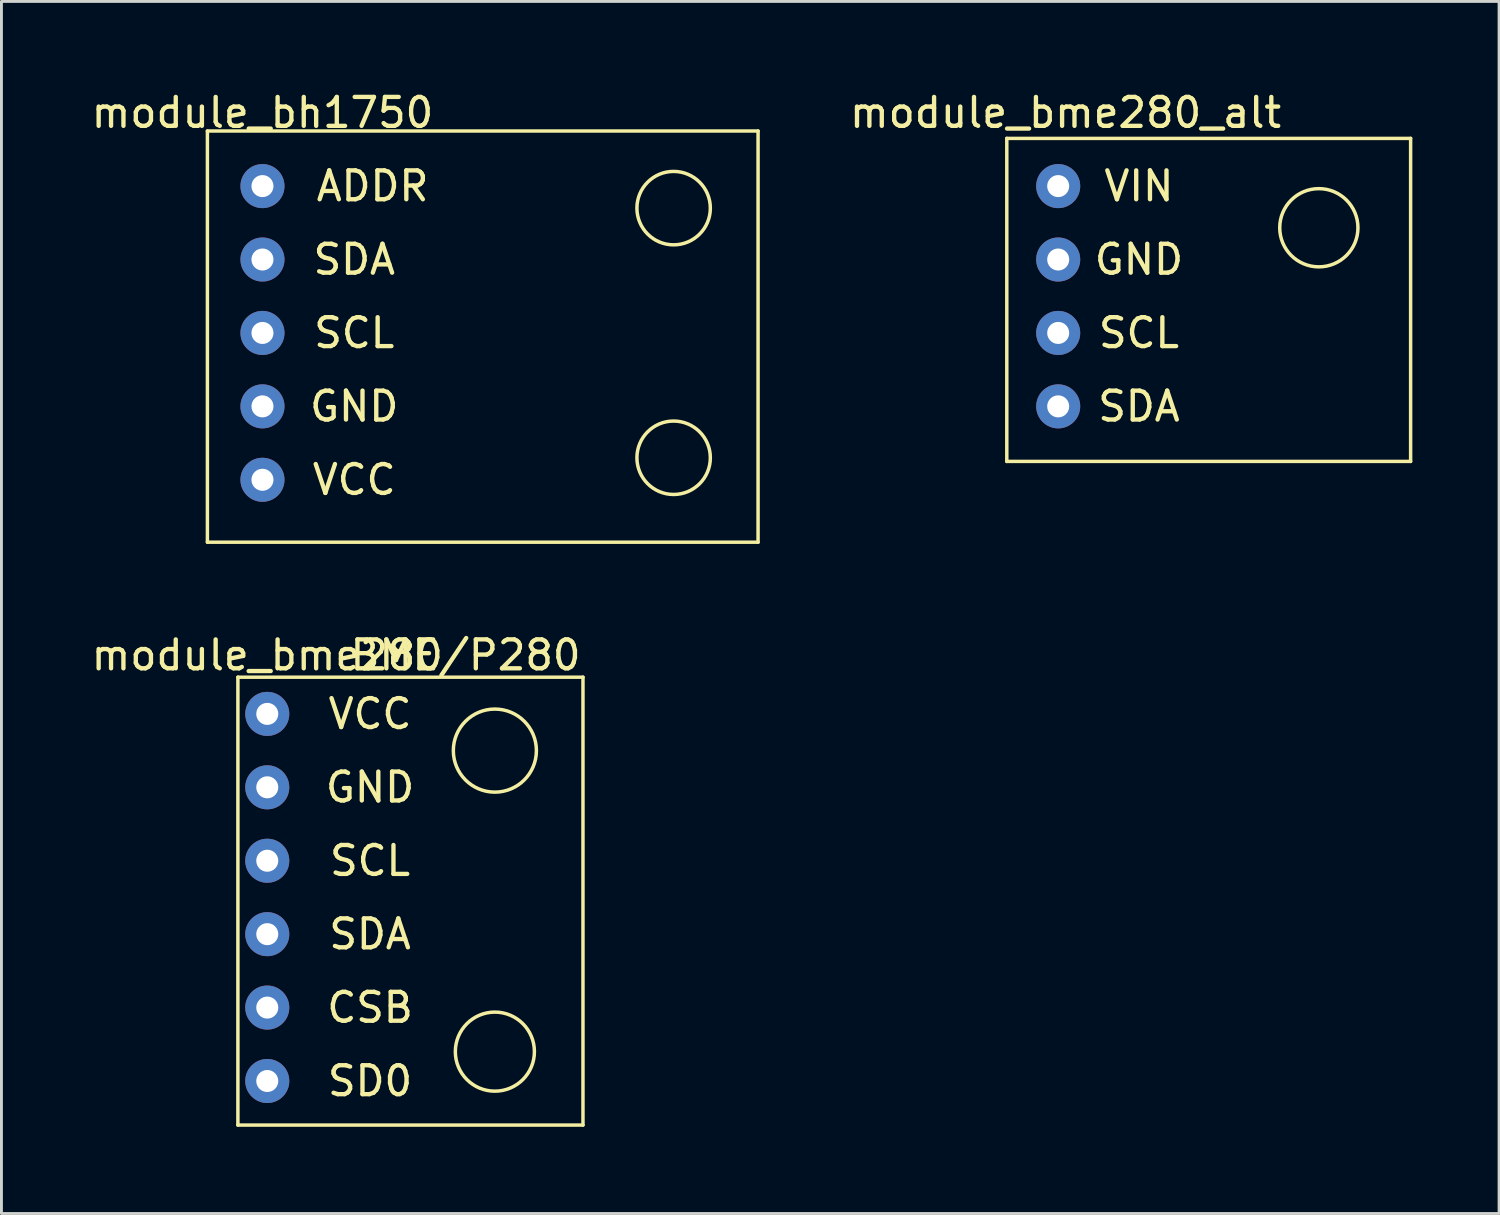
<source format=kicad_pcb>
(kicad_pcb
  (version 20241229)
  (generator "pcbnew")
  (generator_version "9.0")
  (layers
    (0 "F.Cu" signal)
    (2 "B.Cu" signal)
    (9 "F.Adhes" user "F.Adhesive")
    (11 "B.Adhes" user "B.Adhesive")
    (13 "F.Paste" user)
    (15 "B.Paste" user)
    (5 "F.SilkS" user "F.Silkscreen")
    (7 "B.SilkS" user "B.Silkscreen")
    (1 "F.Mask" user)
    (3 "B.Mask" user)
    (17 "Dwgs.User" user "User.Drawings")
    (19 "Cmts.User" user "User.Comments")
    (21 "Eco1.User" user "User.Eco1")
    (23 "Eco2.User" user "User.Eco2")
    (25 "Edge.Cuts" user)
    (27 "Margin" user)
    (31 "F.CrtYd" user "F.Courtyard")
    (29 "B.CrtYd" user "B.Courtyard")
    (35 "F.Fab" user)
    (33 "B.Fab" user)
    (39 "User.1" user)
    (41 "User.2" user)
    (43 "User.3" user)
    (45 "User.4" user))
  (footprint "module_bme280_alt"
    (layer "F.Cu")
    (at 33.558 11.008)
    (property "Reference" "module_bme280_alt" (at 0.254 -10.16 0) (layer "F.SilkS") (effects (font (size 1 1) (thickness 0.15))))
    (attr through_hole)
    (fp_line (start -1.778 -9.271) (end 12.192 -9.271) (stroke (width 0.12) (type solid)) (layer "F.SilkS"))
    (fp_line (start -1.778 1.905) (end -1.778 -9.271) (stroke (width 0.12) (type solid)) (layer "F.SilkS"))
    (fp_line (start 12.192 -9.271) (end 12.192 1.905) (stroke (width 0.12) (type solid)) (layer "F.SilkS"))
    (fp_line (start 12.192 1.905) (end -1.778 1.905) (stroke (width 0.12) (type solid)) (layer "F.SilkS"))
    (fp_circle (center 9.017 -6.179) (end 9.779 -5.061) (stroke (width 0.12) (type solid)) (fill no) (layer "F.SilkS"))
    (fp_text user "VIN" (at 2.794 -7.62 0) (layer "F.SilkS") (effects (font (size 1 1) (thickness 0.15))))
    (fp_text user "GND" (at 2.794 -5.08 0) (layer "F.SilkS") (effects (font (size 1 1) (thickness 0.15))))
    (fp_text user "SCL" (at 2.794 -2.54 0) (layer "F.SilkS") (effects (font (size 1 1) (thickness 0.15))))
    (fp_text user "SDA" (at 2.794 0 0) (layer "F.SilkS") (effects (font (size 1 1) (thickness 0.15))))
    (pad "1" thru_hole circle (at 0 -7.62) (size 1.524 1.524) (drill 0.762) (layers "*.Cu" "*.Mask"))
    (pad "2" thru_hole circle (at 0 -5.08) (size 1.524 1.524) (drill 0.762) (layers "*.Cu" "*.Mask"))
    (pad "3" thru_hole circle (at 0 -2.54) (size 1.524 1.524) (drill 0.762) (layers "*.Cu" "*.Mask"))
    (pad "4" thru_hole circle (at 0 0) (size 1.524 1.524) (drill 0.762) (layers "*.Cu" "*.Mask")))
  (footprint "module_bme280"
    (layer "F.Cu")
    (at 11.276 34.093)
    (property "Reference" "module_bme280" (at -5.08 -14.478 0) (layer "F.SilkS") (effects (font (size 1 1) (thickness 0.15))))
    (attr through_hole)
    (fp_line (start -6.096 -13.716) (end -6.096 1.778) (stroke (width 0.12) (type solid)) (layer "F.SilkS"))
    (fp_line (start -6.096 1.778) (end 5.842 1.778) (stroke (width 0.12) (type solid)) (layer "F.SilkS"))
    (fp_line (start 5.842 -13.716) (end -6.096 -13.716) (stroke (width 0.12) (type solid)) (layer "F.SilkS"))
    (fp_line (start 5.842 1.778) (end 5.842 -13.716) (stroke (width 0.12) (type solid)) (layer "F.SilkS"))
    (fp_circle (center 2.794 -11.176) (end 3.81 -10.16) (stroke (width 0.12) (type solid)) (fill no) (layer "F.SilkS"))
    (fp_circle (center 2.794 -0.762) (end 3.302 0.508) (stroke (width 0.12) (type solid)) (fill no) (layer "F.SilkS"))
    (fp_text user "SD0" (at -1.524 0.254 0) (layer "F.SilkS") (effects (font (size 1 1) (thickness 0.15))))
    (fp_text user "GND" (at -1.524 -9.906 0) (layer "F.SilkS") (effects (font (size 1 1) (thickness 0.15))))
    (fp_text user "CSB" (at -1.524 -2.286 0) (layer "F.SilkS") (effects (font (size 1 1) (thickness 0.15))))
    (fp_text user "SDA" (at -1.524 -4.826 0) (layer "F.SilkS") (effects (font (size 1 1) (thickness 0.15))))
    (fp_text user "BME/P280" (at 1.778 -14.478 0) (layer "F.SilkS") (effects (font (size 1 1) (thickness 0.15))))
    (fp_text user "SCL" (at -1.524 -7.366 0) (layer "F.SilkS") (effects (font (size 1 1) (thickness 0.15))))
    (fp_text user "VCC" (at -1.524 -12.446 0) (layer "F.SilkS") (effects (font (size 1 1) (thickness 0.15))))
    (pad "1" thru_hole circle (at -5.08 -12.446) (size 1.524 1.524) (drill 0.762) (layers "*.Cu" "*.Mask"))
    (pad "2" thru_hole circle (at -5.08 -9.906) (size 1.524 1.524) (drill 0.762) (layers "*.Cu" "*.Mask"))
    (pad "3" thru_hole circle (at -5.08 -7.366) (size 1.524 1.524) (drill 0.762) (layers "*.Cu" "*.Mask"))
    (pad "4" thru_hole circle (at -5.08 -4.826) (size 1.524 1.524) (drill 0.762) (layers "*.Cu" "*.Mask"))
    (pad "5" thru_hole circle (at -5.08 -2.286) (size 1.524 1.524) (drill 0.762) (layers "*.Cu" "*.Mask"))
    (pad "6" thru_hole circle (at -5.08 0.254) (size 1.524 1.524) (drill 0.762) (layers "*.Cu" "*.Mask")))
  (footprint "module_bh1750"
    (layer "F.Cu")
    (at 6.03 13.548)
    (property "Reference" "module_bh1750" (at 0 -12.7 0) (layer "F.SilkS") (effects (font (size 1 1) (thickness 0.15))))
    (attr through_hole)
    (fp_line (start -1.905 -12.065) (end 17.145 -12.065) (stroke (width 0.12) (type solid)) (layer "F.SilkS"))
    (fp_line (start -1.905 2.159) (end -1.905 -12.065) (stroke (width 0.12) (type solid)) (layer "F.SilkS"))
    (fp_line (start 17.145 -12.065) (end 17.145 2.159) (stroke (width 0.12) (type solid)) (layer "F.SilkS"))
    (fp_line (start 17.145 2.159) (end -1.905 2.159) (stroke (width 0.12) (type solid)) (layer "F.SilkS"))
    (fp_circle (center 14.224 -9.398) (end 14.224 -8.128) (stroke (width 0.12) (type solid)) (fill no) (layer "F.SilkS"))
    (fp_circle (center 14.224 -0.762) (end 14.224 0.508) (stroke (width 0.12) (type solid)) (fill no) (layer "F.SilkS"))
    (fp_text user "SDA" (at 3.175 -7.62 0) (layer "F.SilkS") (effects (font (size 1 1) (thickness 0.15))))
    (fp_text user "ADDR" (at 3.81 -10.16 0) (layer "F.SilkS") (effects (font (size 1 1) (thickness 0.15))))
    (fp_text user "SCL" (at 3.175 -5.08 0) (layer "F.SilkS") (effects (font (size 1 1) (thickness 0.15))))
    (fp_text user "GND" (at 3.175 -2.54 0) (layer "F.SilkS") (effects (font (size 1 1) (thickness 0.15))))
    (fp_text user "VCC" (at 3.175 0 0) (layer "F.SilkS") (effects (font (size 1 1) (thickness 0.15))))
    (pad "1" thru_hole circle (at 0 -10.16) (size 1.524 1.524) (drill 0.762) (layers "*.Cu" "*.Mask"))
    (pad "2" thru_hole circle (at 0 -7.62) (size 1.524 1.524) (drill 0.762) (layers "*.Cu" "*.Mask"))
    (pad "3" thru_hole circle (at 0 -5.08) (size 1.524 1.524) (drill 0.762) (layers "*.Cu" "*.Mask"))
    (pad "4" thru_hole circle (at 0 -2.54) (size 1.524 1.524) (drill 0.762) (layers "*.Cu" "*.Mask"))
    (pad "5" thru_hole circle (at 0 0) (size 1.524 1.524) (drill 0.762) (layers "*.Cu" "*.Mask")))
  (gr_rect
    (start -3 -3)
    (end 48.81 38.931)
    (stroke (width 0.1) (type default))
    (fill no)
    (layer "Edge.Cuts")))
</source>
